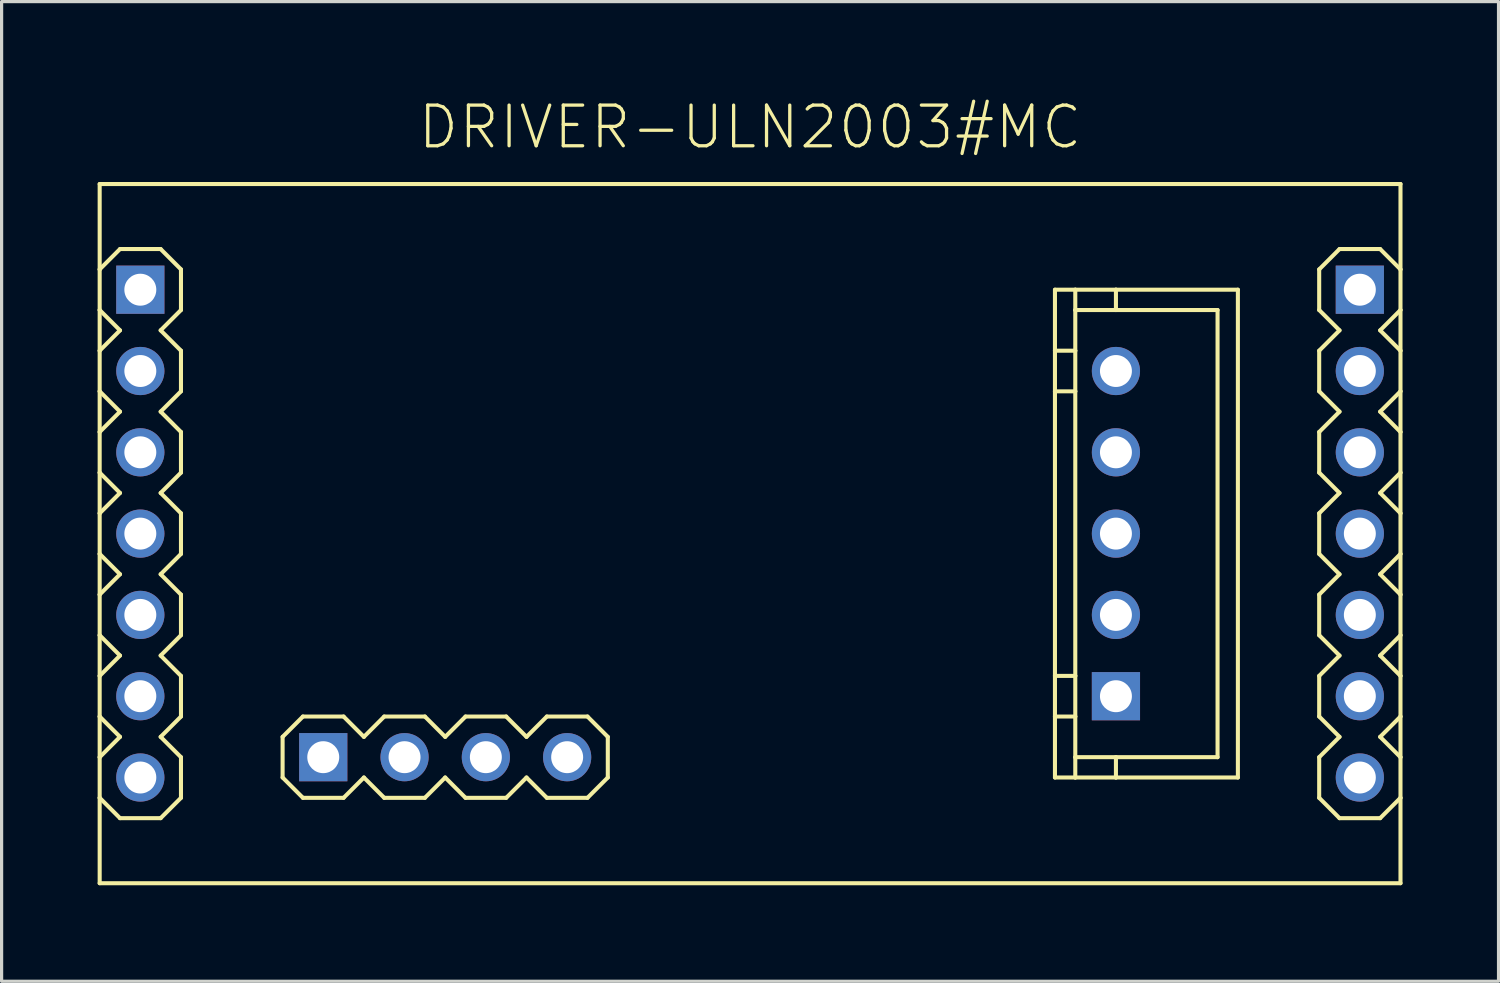
<source format=kicad_pcb>
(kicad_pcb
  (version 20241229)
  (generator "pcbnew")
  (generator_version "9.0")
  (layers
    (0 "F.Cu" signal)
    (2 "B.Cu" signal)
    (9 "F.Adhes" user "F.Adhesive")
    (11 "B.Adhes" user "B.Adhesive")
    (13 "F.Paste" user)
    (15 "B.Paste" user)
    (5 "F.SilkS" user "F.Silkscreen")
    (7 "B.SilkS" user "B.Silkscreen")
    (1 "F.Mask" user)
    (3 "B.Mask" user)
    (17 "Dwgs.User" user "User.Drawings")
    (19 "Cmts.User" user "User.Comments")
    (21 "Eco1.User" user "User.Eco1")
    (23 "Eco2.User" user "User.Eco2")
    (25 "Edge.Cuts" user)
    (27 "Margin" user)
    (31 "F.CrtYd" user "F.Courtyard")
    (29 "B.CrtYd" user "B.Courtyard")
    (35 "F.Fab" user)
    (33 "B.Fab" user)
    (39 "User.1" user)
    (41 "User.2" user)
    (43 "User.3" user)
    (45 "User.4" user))
  (footprint "DRIVER-ULN2003#MC"
    (layer "F.Cu")
    (at 20.384 13.621)
    (property "Reference" "DRIVER-ULN2003#MC" (at 0 -12.7 0) (layer "F.SilkS") (effects (font (size 1.27 1.27) (thickness 0.102))))
    (attr exclude_from_pos_files exclude_from_bom)
    (fp_line (start -20.32 -10.922) (end 20.32 -10.922) (stroke (width 0.127) (type solid)) (layer "F.SilkS"))
    (fp_line (start -20.32 -8.255) (end -20.32 -10.922) (stroke (width 0.127) (type solid)) (layer "F.SilkS"))
    (fp_line (start -20.32 -8.255) (end -19.685 -8.89) (stroke (width 0.127) (type solid)) (layer "F.SilkS"))
    (fp_line (start -20.32 -6.985) (end -20.32 -8.255) (stroke (width 0.127) (type solid)) (layer "F.SilkS"))
    (fp_line (start -20.32 -5.715) (end -20.32 -6.985) (stroke (width 0.127) (type solid)) (layer "F.SilkS"))
    (fp_line (start -20.32 -5.715) (end -19.685 -6.35) (stroke (width 0.127) (type solid)) (layer "F.SilkS"))
    (fp_line (start -20.32 -4.445) (end -20.32 -5.715) (stroke (width 0.127) (type solid)) (layer "F.SilkS"))
    (fp_line (start -20.32 -3.175) (end -20.32 -4.445) (stroke (width 0.127) (type solid)) (layer "F.SilkS"))
    (fp_line (start -20.32 -3.175) (end -19.685 -3.81) (stroke (width 0.127) (type solid)) (layer "F.SilkS"))
    (fp_line (start -20.32 -1.905) (end -20.32 -3.175) (stroke (width 0.127) (type solid)) (layer "F.SilkS"))
    (fp_line (start -20.32 -0.635) (end -20.32 -1.905) (stroke (width 0.127) (type solid)) (layer "F.SilkS"))
    (fp_line (start -20.32 -0.635) (end -19.685 -1.27) (stroke (width 0.127) (type solid)) (layer "F.SilkS"))
    (fp_line (start -20.32 0.635) (end -20.32 -0.635) (stroke (width 0.127) (type solid)) (layer "F.SilkS"))
    (fp_line (start -20.32 1.905) (end -20.32 0.635) (stroke (width 0.127) (type solid)) (layer "F.SilkS"))
    (fp_line (start -20.32 1.905) (end -19.685 1.27) (stroke (width 0.127) (type solid)) (layer "F.SilkS"))
    (fp_line (start -20.32 3.175) (end -20.32 1.905) (stroke (width 0.127) (type solid)) (layer "F.SilkS"))
    (fp_line (start -20.32 4.445) (end -20.32 3.175) (stroke (width 0.127) (type solid)) (layer "F.SilkS"))
    (fp_line (start -20.32 4.445) (end -19.685 3.81) (stroke (width 0.127) (type solid)) (layer "F.SilkS"))
    (fp_line (start -20.32 5.715) (end -20.32 4.445) (stroke (width 0.127) (type solid)) (layer "F.SilkS"))
    (fp_line (start -20.32 6.985) (end -20.32 5.715) (stroke (width 0.127) (type solid)) (layer "F.SilkS"))
    (fp_line (start -20.32 6.985) (end -19.685 6.35) (stroke (width 0.127) (type solid)) (layer "F.SilkS"))
    (fp_line (start -20.32 8.255) (end -20.32 6.985) (stroke (width 0.127) (type solid)) (layer "F.SilkS"))
    (fp_line (start -20.32 10.922) (end -20.32 8.255) (stroke (width 0.127) (type solid)) (layer "F.SilkS"))
    (fp_line (start -19.685 -8.89) (end -18.415 -8.89) (stroke (width 0.127) (type solid)) (layer "F.SilkS"))
    (fp_line (start -19.685 -6.35) (end -20.32 -6.985) (stroke (width 0.127) (type solid)) (layer "F.SilkS"))
    (fp_line (start -19.685 -3.81) (end -20.32 -4.445) (stroke (width 0.127) (type solid)) (layer "F.SilkS"))
    (fp_line (start -19.685 -1.27) (end -20.32 -1.905) (stroke (width 0.127) (type solid)) (layer "F.SilkS"))
    (fp_line (start -19.685 1.27) (end -20.32 0.635) (stroke (width 0.127) (type solid)) (layer "F.SilkS"))
    (fp_line (start -19.685 3.81) (end -20.32 3.175) (stroke (width 0.127) (type solid)) (layer "F.SilkS"))
    (fp_line (start -19.685 6.35) (end -20.32 5.715) (stroke (width 0.127) (type solid)) (layer "F.SilkS"))
    (fp_line (start -19.685 8.89) (end -20.32 8.255) (stroke (width 0.127) (type solid)) (layer "F.SilkS"))
    (fp_line (start -18.415 -8.89) (end -17.78 -8.255) (stroke (width 0.127) (type solid)) (layer "F.SilkS"))
    (fp_line (start -18.415 -6.35) (end -17.78 -5.715) (stroke (width 0.127) (type solid)) (layer "F.SilkS"))
    (fp_line (start -18.415 -3.81) (end -17.78 -3.175) (stroke (width 0.127) (type solid)) (layer "F.SilkS"))
    (fp_line (start -18.415 -1.27) (end -17.78 -0.635) (stroke (width 0.127) (type solid)) (layer "F.SilkS"))
    (fp_line (start -18.415 1.27) (end -17.78 1.905) (stroke (width 0.127) (type solid)) (layer "F.SilkS"))
    (fp_line (start -18.415 3.81) (end -17.78 4.445) (stroke (width 0.127) (type solid)) (layer "F.SilkS"))
    (fp_line (start -18.415 6.35) (end -17.78 6.985) (stroke (width 0.127) (type solid)) (layer "F.SilkS"))
    (fp_line (start -18.415 8.89) (end -19.685 8.89) (stroke (width 0.127) (type solid)) (layer "F.SilkS"))
    (fp_line (start -17.78 -8.255) (end -17.78 -6.985) (stroke (width 0.127) (type solid)) (layer "F.SilkS"))
    (fp_line (start -17.78 -6.985) (end -18.415 -6.35) (stroke (width 0.127) (type solid)) (layer "F.SilkS"))
    (fp_line (start -17.78 -5.715) (end -17.78 -4.445) (stroke (width 0.127) (type solid)) (layer "F.SilkS"))
    (fp_line (start -17.78 -4.445) (end -18.415 -3.81) (stroke (width 0.127) (type solid)) (layer "F.SilkS"))
    (fp_line (start -17.78 -3.175) (end -17.78 -1.905) (stroke (width 0.127) (type solid)) (layer "F.SilkS"))
    (fp_line (start -17.78 -1.905) (end -18.415 -1.27) (stroke (width 0.127) (type solid)) (layer "F.SilkS"))
    (fp_line (start -17.78 -0.635) (end -17.78 0.635) (stroke (width 0.127) (type solid)) (layer "F.SilkS"))
    (fp_line (start -17.78 0.635) (end -18.415 1.27) (stroke (width 0.127) (type solid)) (layer "F.SilkS"))
    (fp_line (start -17.78 1.905) (end -17.78 3.175) (stroke (width 0.127) (type solid)) (layer "F.SilkS"))
    (fp_line (start -17.78 3.175) (end -18.415 3.81) (stroke (width 0.127) (type solid)) (layer "F.SilkS"))
    (fp_line (start -17.78 4.445) (end -17.78 5.715) (stroke (width 0.127) (type solid)) (layer "F.SilkS"))
    (fp_line (start -17.78 5.715) (end -18.415 6.35) (stroke (width 0.127) (type solid)) (layer "F.SilkS"))
    (fp_line (start -17.78 6.985) (end -17.78 8.255) (stroke (width 0.127) (type solid)) (layer "F.SilkS"))
    (fp_line (start -17.78 8.255) (end -18.415 8.89) (stroke (width 0.127) (type solid)) (layer "F.SilkS"))
    (fp_line (start -14.605 6.35) (end -13.97 5.715) (stroke (width 0.127) (type solid)) (layer "F.SilkS"))
    (fp_line (start -14.605 7.62) (end -14.605 6.35) (stroke (width 0.127) (type solid)) (layer "F.SilkS"))
    (fp_line (start -13.97 5.715) (end -12.7 5.715) (stroke (width 0.127) (type solid)) (layer "F.SilkS"))
    (fp_line (start -13.97 8.255) (end -14.605 7.62) (stroke (width 0.127) (type solid)) (layer "F.SilkS"))
    (fp_line (start -12.7 5.715) (end -12.065 6.35) (stroke (width 0.127) (type solid)) (layer "F.SilkS"))
    (fp_line (start -12.7 8.255) (end -13.97 8.255) (stroke (width 0.127) (type solid)) (layer "F.SilkS"))
    (fp_line (start -12.065 6.35) (end -11.43 5.715) (stroke (width 0.127) (type solid)) (layer "F.SilkS"))
    (fp_line (start -12.065 7.62) (end -12.7 8.255) (stroke (width 0.127) (type solid)) (layer "F.SilkS"))
    (fp_line (start -11.43 5.715) (end -10.16 5.715) (stroke (width 0.127) (type solid)) (layer "F.SilkS"))
    (fp_line (start -11.43 8.255) (end -12.065 7.62) (stroke (width 0.127) (type solid)) (layer "F.SilkS"))
    (fp_line (start -10.16 5.715) (end -9.525 6.35) (stroke (width 0.127) (type solid)) (layer "F.SilkS"))
    (fp_line (start -10.16 8.255) (end -11.43 8.255) (stroke (width 0.127) (type solid)) (layer "F.SilkS"))
    (fp_line (start -9.525 6.35) (end -8.89 5.715) (stroke (width 0.127) (type solid)) (layer "F.SilkS"))
    (fp_line (start -9.525 7.62) (end -10.16 8.255) (stroke (width 0.127) (type solid)) (layer "F.SilkS"))
    (fp_line (start -8.89 5.715) (end -7.62 5.715) (stroke (width 0.127) (type solid)) (layer "F.SilkS"))
    (fp_line (start -8.89 8.255) (end -9.525 7.62) (stroke (width 0.127) (type solid)) (layer "F.SilkS"))
    (fp_line (start -7.62 5.715) (end -6.985 6.35) (stroke (width 0.127) (type solid)) (layer "F.SilkS"))
    (fp_line (start -7.62 8.255) (end -8.89 8.255) (stroke (width 0.127) (type solid)) (layer "F.SilkS"))
    (fp_line (start -6.985 6.35) (end -6.35 5.715) (stroke (width 0.127) (type solid)) (layer "F.SilkS"))
    (fp_line (start -6.985 7.62) (end -7.62 8.255) (stroke (width 0.127) (type solid)) (layer "F.SilkS"))
    (fp_line (start -6.35 5.715) (end -5.08 5.715) (stroke (width 0.127) (type solid)) (layer "F.SilkS"))
    (fp_line (start -6.35 8.255) (end -6.985 7.62) (stroke (width 0.127) (type solid)) (layer "F.SilkS"))
    (fp_line (start -5.08 5.715) (end -4.445 6.35) (stroke (width 0.127) (type solid)) (layer "F.SilkS"))
    (fp_line (start -5.08 8.255) (end -6.35 8.255) (stroke (width 0.127) (type solid)) (layer "F.SilkS"))
    (fp_line (start -4.445 6.35) (end -4.445 7.62) (stroke (width 0.127) (type solid)) (layer "F.SilkS"))
    (fp_line (start -4.445 7.62) (end -5.08 8.255) (stroke (width 0.127) (type solid)) (layer "F.SilkS"))
    (fp_line (start 9.525 -7.62) (end 9.525 -5.715) (stroke (width 0.127) (type solid)) (layer "F.SilkS"))
    (fp_line (start 9.525 -5.715) (end 9.525 -4.445) (stroke (width 0.127) (type solid)) (layer "F.SilkS"))
    (fp_line (start 9.525 -4.445) (end 9.525 4.445) (stroke (width 0.127) (type solid)) (layer "F.SilkS"))
    (fp_line (start 9.525 4.445) (end 9.525 5.715) (stroke (width 0.127) (type solid)) (layer "F.SilkS"))
    (fp_line (start 9.525 5.715) (end 9.525 7.62) (stroke (width 0.127) (type solid)) (layer "F.SilkS"))
    (fp_line (start 9.525 7.62) (end 10.16 7.62) (stroke (width 0.127) (type solid)) (layer "F.SilkS"))
    (fp_line (start 10.16 -7.62) (end 9.525 -7.62) (stroke (width 0.127) (type solid)) (layer "F.SilkS"))
    (fp_line (start 10.16 -6.985) (end 10.16 -7.62) (stroke (width 0.127) (type solid)) (layer "F.SilkS"))
    (fp_line (start 10.16 -6.985) (end 11.43 -6.985) (stroke (width 0.127) (type solid)) (layer "F.SilkS"))
    (fp_line (start 10.16 -5.715) (end 9.525 -5.715) (stroke (width 0.127) (type solid)) (layer "F.SilkS"))
    (fp_line (start 10.16 -5.715) (end 10.16 -6.985) (stroke (width 0.127) (type solid)) (layer "F.SilkS"))
    (fp_line (start 10.16 -4.445) (end 9.525 -4.445) (stroke (width 0.127) (type solid)) (layer "F.SilkS"))
    (fp_line (start 10.16 -4.445) (end 10.16 -5.715) (stroke (width 0.127) (type solid)) (layer "F.SilkS"))
    (fp_line (start 10.16 4.445) (end 9.525 4.445) (stroke (width 0.127) (type solid)) (layer "F.SilkS"))
    (fp_line (start 10.16 4.445) (end 10.16 -4.445) (stroke (width 0.127) (type solid)) (layer "F.SilkS"))
    (fp_line (start 10.16 5.715) (end 9.525 5.715) (stroke (width 0.127) (type solid)) (layer "F.SilkS"))
    (fp_line (start 10.16 5.715) (end 10.16 4.445) (stroke (width 0.127) (type solid)) (layer "F.SilkS"))
    (fp_line (start 10.16 6.985) (end 10.16 5.715) (stroke (width 0.127) (type solid)) (layer "F.SilkS"))
    (fp_line (start 10.16 6.985) (end 10.16 7.62) (stroke (width 0.127) (type solid)) (layer "F.SilkS"))
    (fp_line (start 10.16 7.62) (end 11.43 7.62) (stroke (width 0.127) (type solid)) (layer "F.SilkS"))
    (fp_line (start 11.43 -7.62) (end 10.16 -7.62) (stroke (width 0.127) (type solid)) (layer "F.SilkS"))
    (fp_line (start 11.43 -6.985) (end 11.43 -7.62) (stroke (width 0.127) (type solid)) (layer "F.SilkS"))
    (fp_line (start 11.43 -6.985) (end 14.605 -6.985) (stroke (width 0.127) (type solid)) (layer "F.SilkS"))
    (fp_line (start 11.43 6.985) (end 10.16 6.985) (stroke (width 0.127) (type solid)) (layer "F.SilkS"))
    (fp_line (start 11.43 6.985) (end 11.43 7.62) (stroke (width 0.127) (type solid)) (layer "F.SilkS"))
    (fp_line (start 11.43 7.62) (end 15.24 7.62) (stroke (width 0.127) (type solid)) (layer "F.SilkS"))
    (fp_line (start 14.605 -6.985) (end 14.605 6.985) (stroke (width 0.127) (type solid)) (layer "F.SilkS"))
    (fp_line (start 14.605 6.985) (end 11.43 6.985) (stroke (width 0.127) (type solid)) (layer "F.SilkS"))
    (fp_line (start 15.24 -7.62) (end 11.43 -7.62) (stroke (width 0.127) (type solid)) (layer "F.SilkS"))
    (fp_line (start 15.24 7.62) (end 15.24 -7.62) (stroke (width 0.127) (type solid)) (layer "F.SilkS"))
    (fp_line (start 17.78 -8.255) (end 18.415 -8.89) (stroke (width 0.127) (type solid)) (layer "F.SilkS"))
    (fp_line (start 17.78 -6.985) (end 17.78 -8.255) (stroke (width 0.127) (type solid)) (layer "F.SilkS"))
    (fp_line (start 17.78 -5.715) (end 18.415 -6.35) (stroke (width 0.127) (type solid)) (layer "F.SilkS"))
    (fp_line (start 17.78 -4.445) (end 17.78 -5.715) (stroke (width 0.127) (type solid)) (layer "F.SilkS"))
    (fp_line (start 17.78 -3.175) (end 18.415 -3.81) (stroke (width 0.127) (type solid)) (layer "F.SilkS"))
    (fp_line (start 17.78 -1.905) (end 17.78 -3.175) (stroke (width 0.127) (type solid)) (layer "F.SilkS"))
    (fp_line (start 17.78 -0.635) (end 18.415 -1.27) (stroke (width 0.127) (type solid)) (layer "F.SilkS"))
    (fp_line (start 17.78 0.635) (end 17.78 -0.635) (stroke (width 0.127) (type solid)) (layer "F.SilkS"))
    (fp_line (start 17.78 1.905) (end 18.415 1.27) (stroke (width 0.127) (type solid)) (layer "F.SilkS"))
    (fp_line (start 17.78 3.175) (end 17.78 1.905) (stroke (width 0.127) (type solid)) (layer "F.SilkS"))
    (fp_line (start 17.78 4.445) (end 18.415 3.81) (stroke (width 0.127) (type solid)) (layer "F.SilkS"))
    (fp_line (start 17.78 5.715) (end 17.78 4.445) (stroke (width 0.127) (type solid)) (layer "F.SilkS"))
    (fp_line (start 17.78 6.985) (end 18.415 6.35) (stroke (width 0.127) (type solid)) (layer "F.SilkS"))
    (fp_line (start 17.78 8.255) (end 17.78 6.985) (stroke (width 0.127) (type solid)) (layer "F.SilkS"))
    (fp_line (start 18.415 -8.89) (end 19.685 -8.89) (stroke (width 0.127) (type solid)) (layer "F.SilkS"))
    (fp_line (start 18.415 -6.35) (end 17.78 -6.985) (stroke (width 0.127) (type solid)) (layer "F.SilkS"))
    (fp_line (start 18.415 -3.81) (end 17.78 -4.445) (stroke (width 0.127) (type solid)) (layer "F.SilkS"))
    (fp_line (start 18.415 -1.27) (end 17.78 -1.905) (stroke (width 0.127) (type solid)) (layer "F.SilkS"))
    (fp_line (start 18.415 1.27) (end 17.78 0.635) (stroke (width 0.127) (type solid)) (layer "F.SilkS"))
    (fp_line (start 18.415 3.81) (end 17.78 3.175) (stroke (width 0.127) (type solid)) (layer "F.SilkS"))
    (fp_line (start 18.415 6.35) (end 17.78 5.715) (stroke (width 0.127) (type solid)) (layer "F.SilkS"))
    (fp_line (start 18.415 8.89) (end 17.78 8.255) (stroke (width 0.127) (type solid)) (layer "F.SilkS"))
    (fp_line (start 19.685 -8.89) (end 20.32 -8.255) (stroke (width 0.127) (type solid)) (layer "F.SilkS"))
    (fp_line (start 19.685 -6.35) (end 20.32 -5.715) (stroke (width 0.127) (type solid)) (layer "F.SilkS"))
    (fp_line (start 19.685 -3.81) (end 20.32 -3.175) (stroke (width 0.127) (type solid)) (layer "F.SilkS"))
    (fp_line (start 19.685 -1.27) (end 20.32 -0.635) (stroke (width 0.127) (type solid)) (layer "F.SilkS"))
    (fp_line (start 19.685 1.27) (end 20.32 1.905) (stroke (width 0.127) (type solid)) (layer "F.SilkS"))
    (fp_line (start 19.685 3.81) (end 20.32 4.445) (stroke (width 0.127) (type solid)) (layer "F.SilkS"))
    (fp_line (start 19.685 6.35) (end 20.32 6.985) (stroke (width 0.127) (type solid)) (layer "F.SilkS"))
    (fp_line (start 19.685 8.89) (end 18.415 8.89) (stroke (width 0.127) (type solid)) (layer "F.SilkS"))
    (fp_line (start 20.32 -10.922) (end 20.32 -8.255) (stroke (width 0.127) (type solid)) (layer "F.SilkS"))
    (fp_line (start 20.32 -8.255) (end 20.32 -6.985) (stroke (width 0.127) (type solid)) (layer "F.SilkS"))
    (fp_line (start 20.32 -6.985) (end 19.685 -6.35) (stroke (width 0.127) (type solid)) (layer "F.SilkS"))
    (fp_line (start 20.32 -6.985) (end 20.32 -5.715) (stroke (width 0.127) (type solid)) (layer "F.SilkS"))
    (fp_line (start 20.32 -5.715) (end 20.32 -4.445) (stroke (width 0.127) (type solid)) (layer "F.SilkS"))
    (fp_line (start 20.32 -4.445) (end 19.685 -3.81) (stroke (width 0.127) (type solid)) (layer "F.SilkS"))
    (fp_line (start 20.32 -4.445) (end 20.32 -3.175) (stroke (width 0.127) (type solid)) (layer "F.SilkS"))
    (fp_line (start 20.32 -3.175) (end 20.32 -1.905) (stroke (width 0.127) (type solid)) (layer "F.SilkS"))
    (fp_line (start 20.32 -1.905) (end 19.685 -1.27) (stroke (width 0.127) (type solid)) (layer "F.SilkS"))
    (fp_line (start 20.32 -1.905) (end 20.32 -0.635) (stroke (width 0.127) (type solid)) (layer "F.SilkS"))
    (fp_line (start 20.32 -0.635) (end 20.32 0.635) (stroke (width 0.127) (type solid)) (layer "F.SilkS"))
    (fp_line (start 20.32 0.635) (end 19.685 1.27) (stroke (width 0.127) (type solid)) (layer "F.SilkS"))
    (fp_line (start 20.32 0.635) (end 20.32 1.905) (stroke (width 0.127) (type solid)) (layer "F.SilkS"))
    (fp_line (start 20.32 1.905) (end 20.32 3.175) (stroke (width 0.127) (type solid)) (layer "F.SilkS"))
    (fp_line (start 20.32 3.175) (end 19.685 3.81) (stroke (width 0.127) (type solid)) (layer "F.SilkS"))
    (fp_line (start 20.32 3.175) (end 20.32 4.445) (stroke (width 0.127) (type solid)) (layer "F.SilkS"))
    (fp_line (start 20.32 4.445) (end 20.32 5.715) (stroke (width 0.127) (type solid)) (layer "F.SilkS"))
    (fp_line (start 20.32 5.715) (end 19.685 6.35) (stroke (width 0.127) (type solid)) (layer "F.SilkS"))
    (fp_line (start 20.32 5.715) (end 20.32 6.985) (stroke (width 0.127) (type solid)) (layer "F.SilkS"))
    (fp_line (start 20.32 6.985) (end 20.32 8.255) (stroke (width 0.127) (type solid)) (layer "F.SilkS"))
    (fp_line (start 20.32 8.255) (end 19.685 8.89) (stroke (width 0.127) (type solid)) (layer "F.SilkS"))
    (fp_line (start 20.32 8.255) (end 20.32 10.922) (stroke (width 0.127) (type solid)) (layer "F.SilkS"))
    (fp_line (start 20.32 10.922) (end -20.32 10.922) (stroke (width 0.127) (type solid)) (layer "F.SilkS"))
    (pad "J1.1" thru_hole rect (at -19.05 -7.62) (size 1.506 1.506) (drill 0.998) (layers "*.Cu" "*.Paste" "*.Mask"))
    (pad "J1.2" thru_hole circle (at -19.05 -5.08) (size 1.506 1.506) (drill 0.998) (layers "*.Cu" "*.Paste" "*.Mask"))
    (pad "J1.3" thru_hole circle (at -19.05 -2.54) (size 1.506 1.506) (drill 0.998) (layers "*.Cu" "*.Paste" "*.Mask"))
    (pad "J1.4" thru_hole circle (at -19.05 0) (size 1.506 1.506) (drill 0.998) (layers "*.Cu" "*.Paste" "*.Mask"))
    (pad "J1.5" thru_hole circle (at -19.05 2.54) (size 1.506 1.506) (drill 0.998) (layers "*.Cu" "*.Paste" "*.Mask"))
    (pad "J1.6" thru_hole circle (at -19.05 5.08) (size 1.506 1.506) (drill 0.998) (layers "*.Cu" "*.Paste" "*.Mask"))
    (pad "J1.7" thru_hole circle (at -19.05 7.62) (size 1.506 1.506) (drill 0.998) (layers "*.Cu" "*.Paste" "*.Mask"))
    (pad "J2.1" thru_hole rect (at 19.05 -7.62) (size 1.506 1.506) (drill 0.998) (layers "*.Cu" "*.Paste" "*.Mask"))
    (pad "J2.2" thru_hole circle (at 19.05 -5.08) (size 1.506 1.506) (drill 0.998) (layers "*.Cu" "*.Paste" "*.Mask"))
    (pad "J2.3" thru_hole circle (at 19.05 -2.54) (size 1.506 1.506) (drill 0.998) (layers "*.Cu" "*.Paste" "*.Mask"))
    (pad "J2.4" thru_hole circle (at 19.05 0) (size 1.506 1.506) (drill 0.998) (layers "*.Cu" "*.Paste" "*.Mask"))
    (pad "J2.5" thru_hole circle (at 19.05 2.54) (size 1.506 1.506) (drill 0.998) (layers "*.Cu" "*.Paste" "*.Mask"))
    (pad "J2.6" thru_hole circle (at 19.05 5.08) (size 1.506 1.506) (drill 0.998) (layers "*.Cu" "*.Paste" "*.Mask"))
    (pad "J2.7" thru_hole circle (at 19.05 7.62) (size 1.506 1.506) (drill 0.998) (layers "*.Cu" "*.Paste" "*.Mask"))
    (pad "J3.1" thru_hole rect (at -13.335 6.985) (size 1.506 1.506) (drill 0.998) (layers "*.Cu" "*.Paste" "*.Mask"))
    (pad "J3.2" thru_hole circle (at -10.795 6.985) (size 1.506 1.506) (drill 0.998) (layers "*.Cu" "*.Paste" "*.Mask"))
    (pad "J3.3" thru_hole circle (at -8.255 6.985) (size 1.506 1.506) (drill 0.998) (layers "*.Cu" "*.Paste" "*.Mask"))
    (pad "J3.4" thru_hole circle (at -5.715 6.985) (size 1.506 1.506) (drill 0.998) (layers "*.Cu" "*.Paste" "*.Mask"))
    (pad "P3.1" thru_hole rect (at 11.43 5.08) (size 1.506 1.506) (drill 0.998) (layers "*.Cu" "*.Paste" "*.Mask"))
    (pad "P3.2" thru_hole circle (at 11.43 2.54) (size 1.506 1.506) (drill 0.998) (layers "*.Cu" "*.Paste" "*.Mask"))
    (pad "P3.3" thru_hole circle (at 11.43 0) (size 1.506 1.506) (drill 0.998) (layers "*.Cu" "*.Paste" "*.Mask"))
    (pad "P3.4" thru_hole circle (at 11.43 -2.54) (size 1.506 1.506) (drill 0.998) (layers "*.Cu" "*.Paste" "*.Mask"))
    (pad "P3.5" thru_hole circle (at 11.43 -5.08) (size 1.506 1.506) (drill 0.998) (layers "*.Cu" "*.Paste" "*.Mask")))
  (gr_rect
    (start -3 -3)
    (end 43.767 27.607)
    (stroke (width 0.1) (type default))
    (fill no)
    (layer "Edge.Cuts")))
</source>
